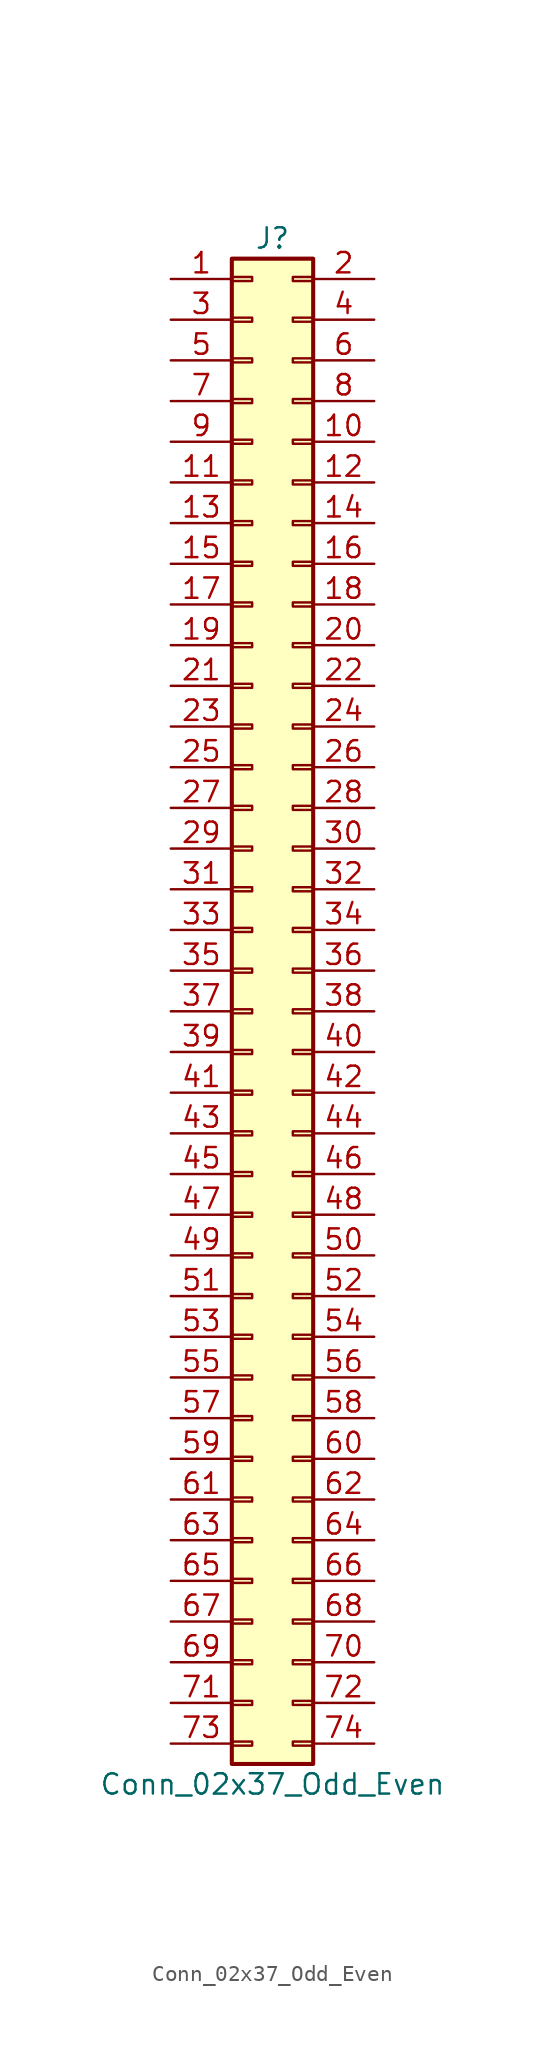
<source format=kicad_sym>
(kicad_symbol_lib
  (version 20211014)
  (generator kicad_symbol_editor)
  (symbol "Conn_02x37_Odd_Even"
    (pin_names
      (offset 1.016) hide)
    (property "Reference" "J"
      (at 1.27 48.26 0)
      (effects (font (size 1.27 1.27))))
    (property "Value" "Conn_02x37_Odd_Even"
      (at 1.27 -48.26 0)
      (effects (font (size 1.27 1.27))))
    (symbol "Conn_02x37_Odd_Even_1_1"
      (rectangle (start -1.27 -45.593) (end 0 -45.847) (stroke (width 0.152) (type default) (color 0 0 0 0)) (fill (type none)))
      (rectangle (start -1.27 -43.053) (end 0 -43.307) (stroke (width 0.152) (type default) (color 0 0 0 0)) (fill (type none)))
      (rectangle (start -1.27 -40.513) (end 0 -40.767) (stroke (width 0.152) (type default) (color 0 0 0 0)) (fill (type none)))
      (rectangle (start -1.27 -37.973) (end 0 -38.227) (stroke (width 0.152) (type default) (color 0 0 0 0)) (fill (type none)))
      (rectangle (start -1.27 -35.433) (end 0 -35.687) (stroke (width 0.152) (type default) (color 0 0 0 0)) (fill (type none)))
      (rectangle (start -1.27 -32.893) (end 0 -33.147) (stroke (width 0.152) (type default) (color 0 0 0 0)) (fill (type none)))
      (rectangle (start -1.27 -30.353) (end 0 -30.607) (stroke (width 0.152) (type default) (color 0 0 0 0)) (fill (type none)))
      (rectangle (start -1.27 -27.813) (end 0 -28.067) (stroke (width 0.152) (type default) (color 0 0 0 0)) (fill (type none)))
      (rectangle (start -1.27 -25.273) (end 0 -25.527) (stroke (width 0.152) (type default) (color 0 0 0 0)) (fill (type none)))
      (rectangle (start -1.27 -22.733) (end 0 -22.987) (stroke (width 0.152) (type default) (color 0 0 0 0)) (fill (type none)))
      (rectangle (start -1.27 -20.193) (end 0 -20.447) (stroke (width 0.152) (type default) (color 0 0 0 0)) (fill (type none)))
      (rectangle (start -1.27 -17.653) (end 0 -17.907) (stroke (width 0.152) (type default) (color 0 0 0 0)) (fill (type none)))
      (rectangle (start -1.27 -15.113) (end 0 -15.367) (stroke (width 0.152) (type default) (color 0 0 0 0)) (fill (type none)))
      (rectangle (start -1.27 -12.573) (end 0 -12.827) (stroke (width 0.152) (type default) (color 0 0 0 0)) (fill (type none)))
      (rectangle (start -1.27 -10.033) (end 0 -10.287) (stroke (width 0.152) (type default) (color 0 0 0 0)) (fill (type none)))
      (rectangle (start -1.27 -7.493) (end 0 -7.747) (stroke (width 0.152) (type default) (color 0 0 0 0)) (fill (type none)))
      (rectangle (start -1.27 -4.953) (end 0 -5.207) (stroke (width 0.152) (type default) (color 0 0 0 0)) (fill (type none)))
      (rectangle (start -1.27 -2.413) (end 0 -2.667) (stroke (width 0.152) (type default) (color 0 0 0 0)) (fill (type none)))
      (rectangle (start -1.27 0.127) (end 0 -0.127) (stroke (width 0.152) (type default) (color 0 0 0 0)) (fill (type none)))
      (rectangle (start -1.27 2.667) (end 0 2.413) (stroke (width 0.152) (type default) (color 0 0 0 0)) (fill (type none)))
      (rectangle (start -1.27 5.207) (end 0 4.953) (stroke (width 0.152) (type default) (color 0 0 0 0)) (fill (type none)))
      (rectangle (start -1.27 7.747) (end 0 7.493) (stroke (width 0.152) (type default) (color 0 0 0 0)) (fill (type none)))
      (rectangle (start -1.27 10.287) (end 0 10.033) (stroke (width 0.152) (type default) (color 0 0 0 0)) (fill (type none)))
      (rectangle (start -1.27 12.827) (end 0 12.573) (stroke (width 0.152) (type default) (color 0 0 0 0)) (fill (type none)))
      (rectangle (start -1.27 15.367) (end 0 15.113) (stroke (width 0.152) (type default) (color 0 0 0 0)) (fill (type none)))
      (rectangle (start -1.27 17.907) (end 0 17.653) (stroke (width 0.152) (type default) (color 0 0 0 0)) (fill (type none)))
      (rectangle (start -1.27 20.447) (end 0 20.193) (stroke (width 0.152) (type default) (color 0 0 0 0)) (fill (type none)))
      (rectangle (start -1.27 22.987) (end 0 22.733) (stroke (width 0.152) (type default) (color 0 0 0 0)) (fill (type none)))
      (rectangle (start -1.27 25.527) (end 0 25.273) (stroke (width 0.152) (type default) (color 0 0 0 0)) (fill (type none)))
      (rectangle (start -1.27 28.067) (end 0 27.813) (stroke (width 0.152) (type default) (color 0 0 0 0)) (fill (type none)))
      (rectangle (start -1.27 30.607) (end 0 30.353) (stroke (width 0.152) (type default) (color 0 0 0 0)) (fill (type none)))
      (rectangle (start -1.27 33.147) (end 0 32.893) (stroke (width 0.152) (type default) (color 0 0 0 0)) (fill (type none)))
      (rectangle (start -1.27 35.687) (end 0 35.433) (stroke (width 0.152) (type default) (color 0 0 0 0)) (fill (type none)))
      (rectangle (start -1.27 38.227) (end 0 37.973) (stroke (width 0.152) (type default) (color 0 0 0 0)) (fill (type none)))
      (rectangle (start -1.27 40.767) (end 0 40.513) (stroke (width 0.152) (type default) (color 0 0 0 0)) (fill (type none)))
      (rectangle (start -1.27 43.307) (end 0 43.053) (stroke (width 0.152) (type default) (color 0 0 0 0)) (fill (type none)))
      (rectangle (start -1.27 45.847) (end 0 45.593) (stroke (width 0.152) (type default) (color 0 0 0 0)) (fill (type none)))
      (rectangle (start -1.27 46.99) (end 3.81 -46.99) (stroke (width 0.254) (type default) (color 0 0 0 0)) (fill (type background)))
      (rectangle (start 3.81 -45.593) (end 2.54 -45.847) (stroke (width 0.152) (type default) (color 0 0 0 0)) (fill (type none)))
      (rectangle (start 3.81 -43.053) (end 2.54 -43.307) (stroke (width 0.152) (type default) (color 0 0 0 0)) (fill (type none)))
      (rectangle (start 3.81 -40.513) (end 2.54 -40.767) (stroke (width 0.152) (type default) (color 0 0 0 0)) (fill (type none)))
      (rectangle (start 3.81 -37.973) (end 2.54 -38.227) (stroke (width 0.152) (type default) (color 0 0 0 0)) (fill (type none)))
      (rectangle (start 3.81 -35.433) (end 2.54 -35.687) (stroke (width 0.152) (type default) (color 0 0 0 0)) (fill (type none)))
      (rectangle (start 3.81 -32.893) (end 2.54 -33.147) (stroke (width 0.152) (type default) (color 0 0 0 0)) (fill (type none)))
      (rectangle (start 3.81 -30.353) (end 2.54 -30.607) (stroke (width 0.152) (type default) (color 0 0 0 0)) (fill (type none)))
      (rectangle (start 3.81 -27.813) (end 2.54 -28.067) (stroke (width 0.152) (type default) (color 0 0 0 0)) (fill (type none)))
      (rectangle (start 3.81 -25.273) (end 2.54 -25.527) (stroke (width 0.152) (type default) (color 0 0 0 0)) (fill (type none)))
      (rectangle (start 3.81 -22.733) (end 2.54 -22.987) (stroke (width 0.152) (type default) (color 0 0 0 0)) (fill (type none)))
      (rectangle (start 3.81 -20.193) (end 2.54 -20.447) (stroke (width 0.152) (type default) (color 0 0 0 0)) (fill (type none)))
      (rectangle (start 3.81 -17.653) (end 2.54 -17.907) (stroke (width 0.152) (type default) (color 0 0 0 0)) (fill (type none)))
      (rectangle (start 3.81 -15.113) (end 2.54 -15.367) (stroke (width 0.152) (type default) (color 0 0 0 0)) (fill (type none)))
      (rectangle (start 3.81 -12.573) (end 2.54 -12.827) (stroke (width 0.152) (type default) (color 0 0 0 0)) (fill (type none)))
      (rectangle (start 3.81 -10.033) (end 2.54 -10.287) (stroke (width 0.152) (type default) (color 0 0 0 0)) (fill (type none)))
      (rectangle (start 3.81 -7.493) (end 2.54 -7.747) (stroke (width 0.152) (type default) (color 0 0 0 0)) (fill (type none)))
      (rectangle (start 3.81 -4.953) (end 2.54 -5.207) (stroke (width 0.152) (type default) (color 0 0 0 0)) (fill (type none)))
      (rectangle (start 3.81 -2.413) (end 2.54 -2.667) (stroke (width 0.152) (type default) (color 0 0 0 0)) (fill (type none)))
      (rectangle (start 3.81 0.127) (end 2.54 -0.127) (stroke (width 0.152) (type default) (color 0 0 0 0)) (fill (type none)))
      (rectangle (start 3.81 2.667) (end 2.54 2.413) (stroke (width 0.152) (type default) (color 0 0 0 0)) (fill (type none)))
      (rectangle (start 3.81 5.207) (end 2.54 4.953) (stroke (width 0.152) (type default) (color 0 0 0 0)) (fill (type none)))
      (rectangle (start 3.81 7.747) (end 2.54 7.493) (stroke (width 0.152) (type default) (color 0 0 0 0)) (fill (type none)))
      (rectangle (start 3.81 10.287) (end 2.54 10.033) (stroke (width 0.152) (type default) (color 0 0 0 0)) (fill (type none)))
      (rectangle (start 3.81 12.827) (end 2.54 12.573) (stroke (width 0.152) (type default) (color 0 0 0 0)) (fill (type none)))
      (rectangle (start 3.81 15.367) (end 2.54 15.113) (stroke (width 0.152) (type default) (color 0 0 0 0)) (fill (type none)))
      (rectangle (start 3.81 17.907) (end 2.54 17.653) (stroke (width 0.152) (type default) (color 0 0 0 0)) (fill (type none)))
      (rectangle (start 3.81 20.447) (end 2.54 20.193) (stroke (width 0.152) (type default) (color 0 0 0 0)) (fill (type none)))
      (rectangle (start 3.81 22.987) (end 2.54 22.733) (stroke (width 0.152) (type default) (color 0 0 0 0)) (fill (type none)))
      (rectangle (start 3.81 25.527) (end 2.54 25.273) (stroke (width 0.152) (type default) (color 0 0 0 0)) (fill (type none)))
      (rectangle (start 3.81 28.067) (end 2.54 27.813) (stroke (width 0.152) (type default) (color 0 0 0 0)) (fill (type none)))
      (rectangle (start 3.81 30.607) (end 2.54 30.353) (stroke (width 0.152) (type default) (color 0 0 0 0)) (fill (type none)))
      (rectangle (start 3.81 33.147) (end 2.54 32.893) (stroke (width 0.152) (type default) (color 0 0 0 0)) (fill (type none)))
      (rectangle (start 3.81 35.687) (end 2.54 35.433) (stroke (width 0.152) (type default) (color 0 0 0 0)) (fill (type none)))
      (rectangle (start 3.81 38.227) (end 2.54 37.973) (stroke (width 0.152) (type default) (color 0 0 0 0)) (fill (type none)))
      (rectangle (start 3.81 40.767) (end 2.54 40.513) (stroke (width 0.152) (type default) (color 0 0 0 0)) (fill (type none)))
      (rectangle (start 3.81 43.307) (end 2.54 43.053) (stroke (width 0.152) (type default) (color 0 0 0 0)) (fill (type none)))
      (rectangle (start 3.81 45.847) (end 2.54 45.593) (stroke (width 0.152) (type default) (color 0 0 0 0)) (fill (type none)))
      (pin passive line (at -5.08 45.72 0) (length 3.81) (name "Pin_1" (effects (font (size 1.27 1.27)))) (number "1" (effects (font (size 1.27 1.27)))))
      (pin passive line (at 7.62 35.56 180) (length 3.81) (name "Pin_10" (effects (font (size 1.27 1.27)))) (number "10" (effects (font (size 1.27 1.27)))))
      (pin passive line (at -5.08 33.02 0) (length 3.81) (name "Pin_11" (effects (font (size 1.27 1.27)))) (number "11" (effects (font (size 1.27 1.27)))))
      (pin passive line (at 7.62 33.02 180) (length 3.81) (name "Pin_12" (effects (font (size 1.27 1.27)))) (number "12" (effects (font (size 1.27 1.27)))))
      (pin passive line (at -5.08 30.48 0) (length 3.81) (name "Pin_13" (effects (font (size 1.27 1.27)))) (number "13" (effects (font (size 1.27 1.27)))))
      (pin passive line (at 7.62 30.48 180) (length 3.81) (name "Pin_14" (effects (font (size 1.27 1.27)))) (number "14" (effects (font (size 1.27 1.27)))))
      (pin passive line (at -5.08 27.94 0) (length 3.81) (name "Pin_15" (effects (font (size 1.27 1.27)))) (number "15" (effects (font (size 1.27 1.27)))))
      (pin passive line (at 7.62 27.94 180) (length 3.81) (name "Pin_16" (effects (font (size 1.27 1.27)))) (number "16" (effects (font (size 1.27 1.27)))))
      (pin passive line (at -5.08 25.4 0) (length 3.81) (name "Pin_17" (effects (font (size 1.27 1.27)))) (number "17" (effects (font (size 1.27 1.27)))))
      (pin passive line (at 7.62 25.4 180) (length 3.81) (name "Pin_18" (effects (font (size 1.27 1.27)))) (number "18" (effects (font (size 1.27 1.27)))))
      (pin passive line (at -5.08 22.86 0) (length 3.81) (name "Pin_19" (effects (font (size 1.27 1.27)))) (number "19" (effects (font (size 1.27 1.27)))))
      (pin passive line (at 7.62 45.72 180) (length 3.81) (name "Pin_2" (effects (font (size 1.27 1.27)))) (number "2" (effects (font (size 1.27 1.27)))))
      (pin passive line (at 7.62 22.86 180) (length 3.81) (name "Pin_20" (effects (font (size 1.27 1.27)))) (number "20" (effects (font (size 1.27 1.27)))))
      (pin passive line (at -5.08 20.32 0) (length 3.81) (name "Pin_21" (effects (font (size 1.27 1.27)))) (number "21" (effects (font (size 1.27 1.27)))))
      (pin passive line (at 7.62 20.32 180) (length 3.81) (name "Pin_22" (effects (font (size 1.27 1.27)))) (number "22" (effects (font (size 1.27 1.27)))))
      (pin passive line (at -5.08 17.78 0) (length 3.81) (name "Pin_23" (effects (font (size 1.27 1.27)))) (number "23" (effects (font (size 1.27 1.27)))))
      (pin passive line (at 7.62 17.78 180) (length 3.81) (name "Pin_24" (effects (font (size 1.27 1.27)))) (number "24" (effects (font (size 1.27 1.27)))))
      (pin passive line (at -5.08 15.24 0) (length 3.81) (name "Pin_25" (effects (font (size 1.27 1.27)))) (number "25" (effects (font (size 1.27 1.27)))))
      (pin passive line (at 7.62 15.24 180) (length 3.81) (name "Pin_26" (effects (font (size 1.27 1.27)))) (number "26" (effects (font (size 1.27 1.27)))))
      (pin passive line (at -5.08 12.7 0) (length 3.81) (name "Pin_27" (effects (font (size 1.27 1.27)))) (number "27" (effects (font (size 1.27 1.27)))))
      (pin passive line (at 7.62 12.7 180) (length 3.81) (name "Pin_28" (effects (font (size 1.27 1.27)))) (number "28" (effects (font (size 1.27 1.27)))))
      (pin passive line (at -5.08 10.16 0) (length 3.81) (name "Pin_29" (effects (font (size 1.27 1.27)))) (number "29" (effects (font (size 1.27 1.27)))))
      (pin passive line (at -5.08 43.18 0) (length 3.81) (name "Pin_3" (effects (font (size 1.27 1.27)))) (number "3" (effects (font (size 1.27 1.27)))))
      (pin passive line (at 7.62 10.16 180) (length 3.81) (name "Pin_30" (effects (font (size 1.27 1.27)))) (number "30" (effects (font (size 1.27 1.27)))))
      (pin passive line (at -5.08 7.62 0) (length 3.81) (name "Pin_31" (effects (font (size 1.27 1.27)))) (number "31" (effects (font (size 1.27 1.27)))))
      (pin passive line (at 7.62 7.62 180) (length 3.81) (name "Pin_32" (effects (font (size 1.27 1.27)))) (number "32" (effects (font (size 1.27 1.27)))))
      (pin passive line (at -5.08 5.08 0) (length 3.81) (name "Pin_33" (effects (font (size 1.27 1.27)))) (number "33" (effects (font (size 1.27 1.27)))))
      (pin passive line (at 7.62 5.08 180) (length 3.81) (name "Pin_34" (effects (font (size 1.27 1.27)))) (number "34" (effects (font (size 1.27 1.27)))))
      (pin passive line (at -5.08 2.54 0) (length 3.81) (name "Pin_35" (effects (font (size 1.27 1.27)))) (number "35" (effects (font (size 1.27 1.27)))))
      (pin passive line (at 7.62 2.54 180) (length 3.81) (name "Pin_36" (effects (font (size 1.27 1.27)))) (number "36" (effects (font (size 1.27 1.27)))))
      (pin passive line (at -5.08 0 0) (length 3.81) (name "Pin_37" (effects (font (size 1.27 1.27)))) (number "37" (effects (font (size 1.27 1.27)))))
      (pin passive line (at 7.62 0 180) (length 3.81) (name "Pin_38" (effects (font (size 1.27 1.27)))) (number "38" (effects (font (size 1.27 1.27)))))
      (pin passive line (at -5.08 -2.54 0) (length 3.81) (name "Pin_39" (effects (font (size 1.27 1.27)))) (number "39" (effects (font (size 1.27 1.27)))))
      (pin passive line (at 7.62 43.18 180) (length 3.81) (name "Pin_4" (effects (font (size 1.27 1.27)))) (number "4" (effects (font (size 1.27 1.27)))))
      (pin passive line (at 7.62 -2.54 180) (length 3.81) (name "Pin_40" (effects (font (size 1.27 1.27)))) (number "40" (effects (font (size 1.27 1.27)))))
      (pin passive line (at -5.08 -5.08 0) (length 3.81) (name "Pin_41" (effects (font (size 1.27 1.27)))) (number "41" (effects (font (size 1.27 1.27)))))
      (pin passive line (at 7.62 -5.08 180) (length 3.81) (name "Pin_42" (effects (font (size 1.27 1.27)))) (number "42" (effects (font (size 1.27 1.27)))))
      (pin passive line (at -5.08 -7.62 0) (length 3.81) (name "Pin_43" (effects (font (size 1.27 1.27)))) (number "43" (effects (font (size 1.27 1.27)))))
      (pin passive line (at 7.62 -7.62 180) (length 3.81) (name "Pin_44" (effects (font (size 1.27 1.27)))) (number "44" (effects (font (size 1.27 1.27)))))
      (pin passive line (at -5.08 -10.16 0) (length 3.81) (name "Pin_45" (effects (font (size 1.27 1.27)))) (number "45" (effects (font (size 1.27 1.27)))))
      (pin passive line (at 7.62 -10.16 180) (length 3.81) (name "Pin_46" (effects (font (size 1.27 1.27)))) (number "46" (effects (font (size 1.27 1.27)))))
      (pin passive line (at -5.08 -12.7 0) (length 3.81) (name "Pin_47" (effects (font (size 1.27 1.27)))) (number "47" (effects (font (size 1.27 1.27)))))
      (pin passive line (at 7.62 -12.7 180) (length 3.81) (name "Pin_48" (effects (font (size 1.27 1.27)))) (number "48" (effects (font (size 1.27 1.27)))))
      (pin passive line (at -5.08 -15.24 0) (length 3.81) (name "Pin_49" (effects (font (size 1.27 1.27)))) (number "49" (effects (font (size 1.27 1.27)))))
      (pin passive line (at -5.08 40.64 0) (length 3.81) (name "Pin_5" (effects (font (size 1.27 1.27)))) (number "5" (effects (font (size 1.27 1.27)))))
      (pin passive line (at 7.62 -15.24 180) (length 3.81) (name "Pin_50" (effects (font (size 1.27 1.27)))) (number "50" (effects (font (size 1.27 1.27)))))
      (pin passive line (at -5.08 -17.78 0) (length 3.81) (name "Pin_51" (effects (font (size 1.27 1.27)))) (number "51" (effects (font (size 1.27 1.27)))))
      (pin passive line (at 7.62 -17.78 180) (length 3.81) (name "Pin_52" (effects (font (size 1.27 1.27)))) (number "52" (effects (font (size 1.27 1.27)))))
      (pin passive line (at -5.08 -20.32 0) (length 3.81) (name "Pin_53" (effects (font (size 1.27 1.27)))) (number "53" (effects (font (size 1.27 1.27)))))
      (pin passive line (at 7.62 -20.32 180) (length 3.81) (name "Pin_54" (effects (font (size 1.27 1.27)))) (number "54" (effects (font (size 1.27 1.27)))))
      (pin passive line (at -5.08 -22.86 0) (length 3.81) (name "Pin_55" (effects (font (size 1.27 1.27)))) (number "55" (effects (font (size 1.27 1.27)))))
      (pin passive line (at 7.62 -22.86 180) (length 3.81) (name "Pin_56" (effects (font (size 1.27 1.27)))) (number "56" (effects (font (size 1.27 1.27)))))
      (pin passive line (at -5.08 -25.4 0) (length 3.81) (name "Pin_57" (effects (font (size 1.27 1.27)))) (number "57" (effects (font (size 1.27 1.27)))))
      (pin passive line (at 7.62 -25.4 180) (length 3.81) (name "Pin_58" (effects (font (size 1.27 1.27)))) (number "58" (effects (font (size 1.27 1.27)))))
      (pin passive line (at -5.08 -27.94 0) (length 3.81) (name "Pin_59" (effects (font (size 1.27 1.27)))) (number "59" (effects (font (size 1.27 1.27)))))
      (pin passive line (at 7.62 40.64 180) (length 3.81) (name "Pin_6" (effects (font (size 1.27 1.27)))) (number "6" (effects (font (size 1.27 1.27)))))
      (pin passive line (at 7.62 -27.94 180) (length 3.81) (name "Pin_60" (effects (font (size 1.27 1.27)))) (number "60" (effects (font (size 1.27 1.27)))))
      (pin passive line (at -5.08 -30.48 0) (length 3.81) (name "Pin_61" (effects (font (size 1.27 1.27)))) (number "61" (effects (font (size 1.27 1.27)))))
      (pin passive line (at 7.62 -30.48 180) (length 3.81) (name "Pin_62" (effects (font (size 1.27 1.27)))) (number "62" (effects (font (size 1.27 1.27)))))
      (pin passive line (at -5.08 -33.02 0) (length 3.81) (name "Pin_63" (effects (font (size 1.27 1.27)))) (number "63" (effects (font (size 1.27 1.27)))))
      (pin passive line (at 7.62 -33.02 180) (length 3.81) (name "Pin_64" (effects (font (size 1.27 1.27)))) (number "64" (effects (font (size 1.27 1.27)))))
      (pin passive line (at -5.08 -35.56 0) (length 3.81) (name "Pin_65" (effects (font (size 1.27 1.27)))) (number "65" (effects (font (size 1.27 1.27)))))
      (pin passive line (at 7.62 -35.56 180) (length 3.81) (name "Pin_66" (effects (font (size 1.27 1.27)))) (number "66" (effects (font (size 1.27 1.27)))))
      (pin passive line (at -5.08 -38.1 0) (length 3.81) (name "Pin_67" (effects (font (size 1.27 1.27)))) (number "67" (effects (font (size 1.27 1.27)))))
      (pin passive line (at 7.62 -38.1 180) (length 3.81) (name "Pin_68" (effects (font (size 1.27 1.27)))) (number "68" (effects (font (size 1.27 1.27)))))
      (pin passive line (at -5.08 -40.64 0) (length 3.81) (name "Pin_69" (effects (font (size 1.27 1.27)))) (number "69" (effects (font (size 1.27 1.27)))))
      (pin passive line (at -5.08 38.1 0) (length 3.81) (name "Pin_7" (effects (font (size 1.27 1.27)))) (number "7" (effects (font (size 1.27 1.27)))))
      (pin passive line (at 7.62 -40.64 180) (length 3.81) (name "Pin_70" (effects (font (size 1.27 1.27)))) (number "70" (effects (font (size 1.27 1.27)))))
      (pin passive line (at -5.08 -43.18 0) (length 3.81) (name "Pin_71" (effects (font (size 1.27 1.27)))) (number "71" (effects (font (size 1.27 1.27)))))
      (pin passive line (at 7.62 -43.18 180) (length 3.81) (name "Pin_72" (effects (font (size 1.27 1.27)))) (number "72" (effects (font (size 1.27 1.27)))))
      (pin passive line (at -5.08 -45.72 0) (length 3.81) (name "Pin_73" (effects (font (size 1.27 1.27)))) (number "73" (effects (font (size 1.27 1.27)))))
      (pin passive line (at 7.62 -45.72 180) (length 3.81) (name "Pin_74" (effects (font (size 1.27 1.27)))) (number "74" (effects (font (size 1.27 1.27)))))
      (pin passive line (at 7.62 38.1 180) (length 3.81) (name "Pin_8" (effects (font (size 1.27 1.27)))) (number "8" (effects (font (size 1.27 1.27)))))
      (pin passive line (at -5.08 35.56 0) (length 3.81) (name "Pin_9" (effects (font (size 1.27 1.27)))) (number "9" (effects (font (size 1.27 1.27))))))))
</source>
